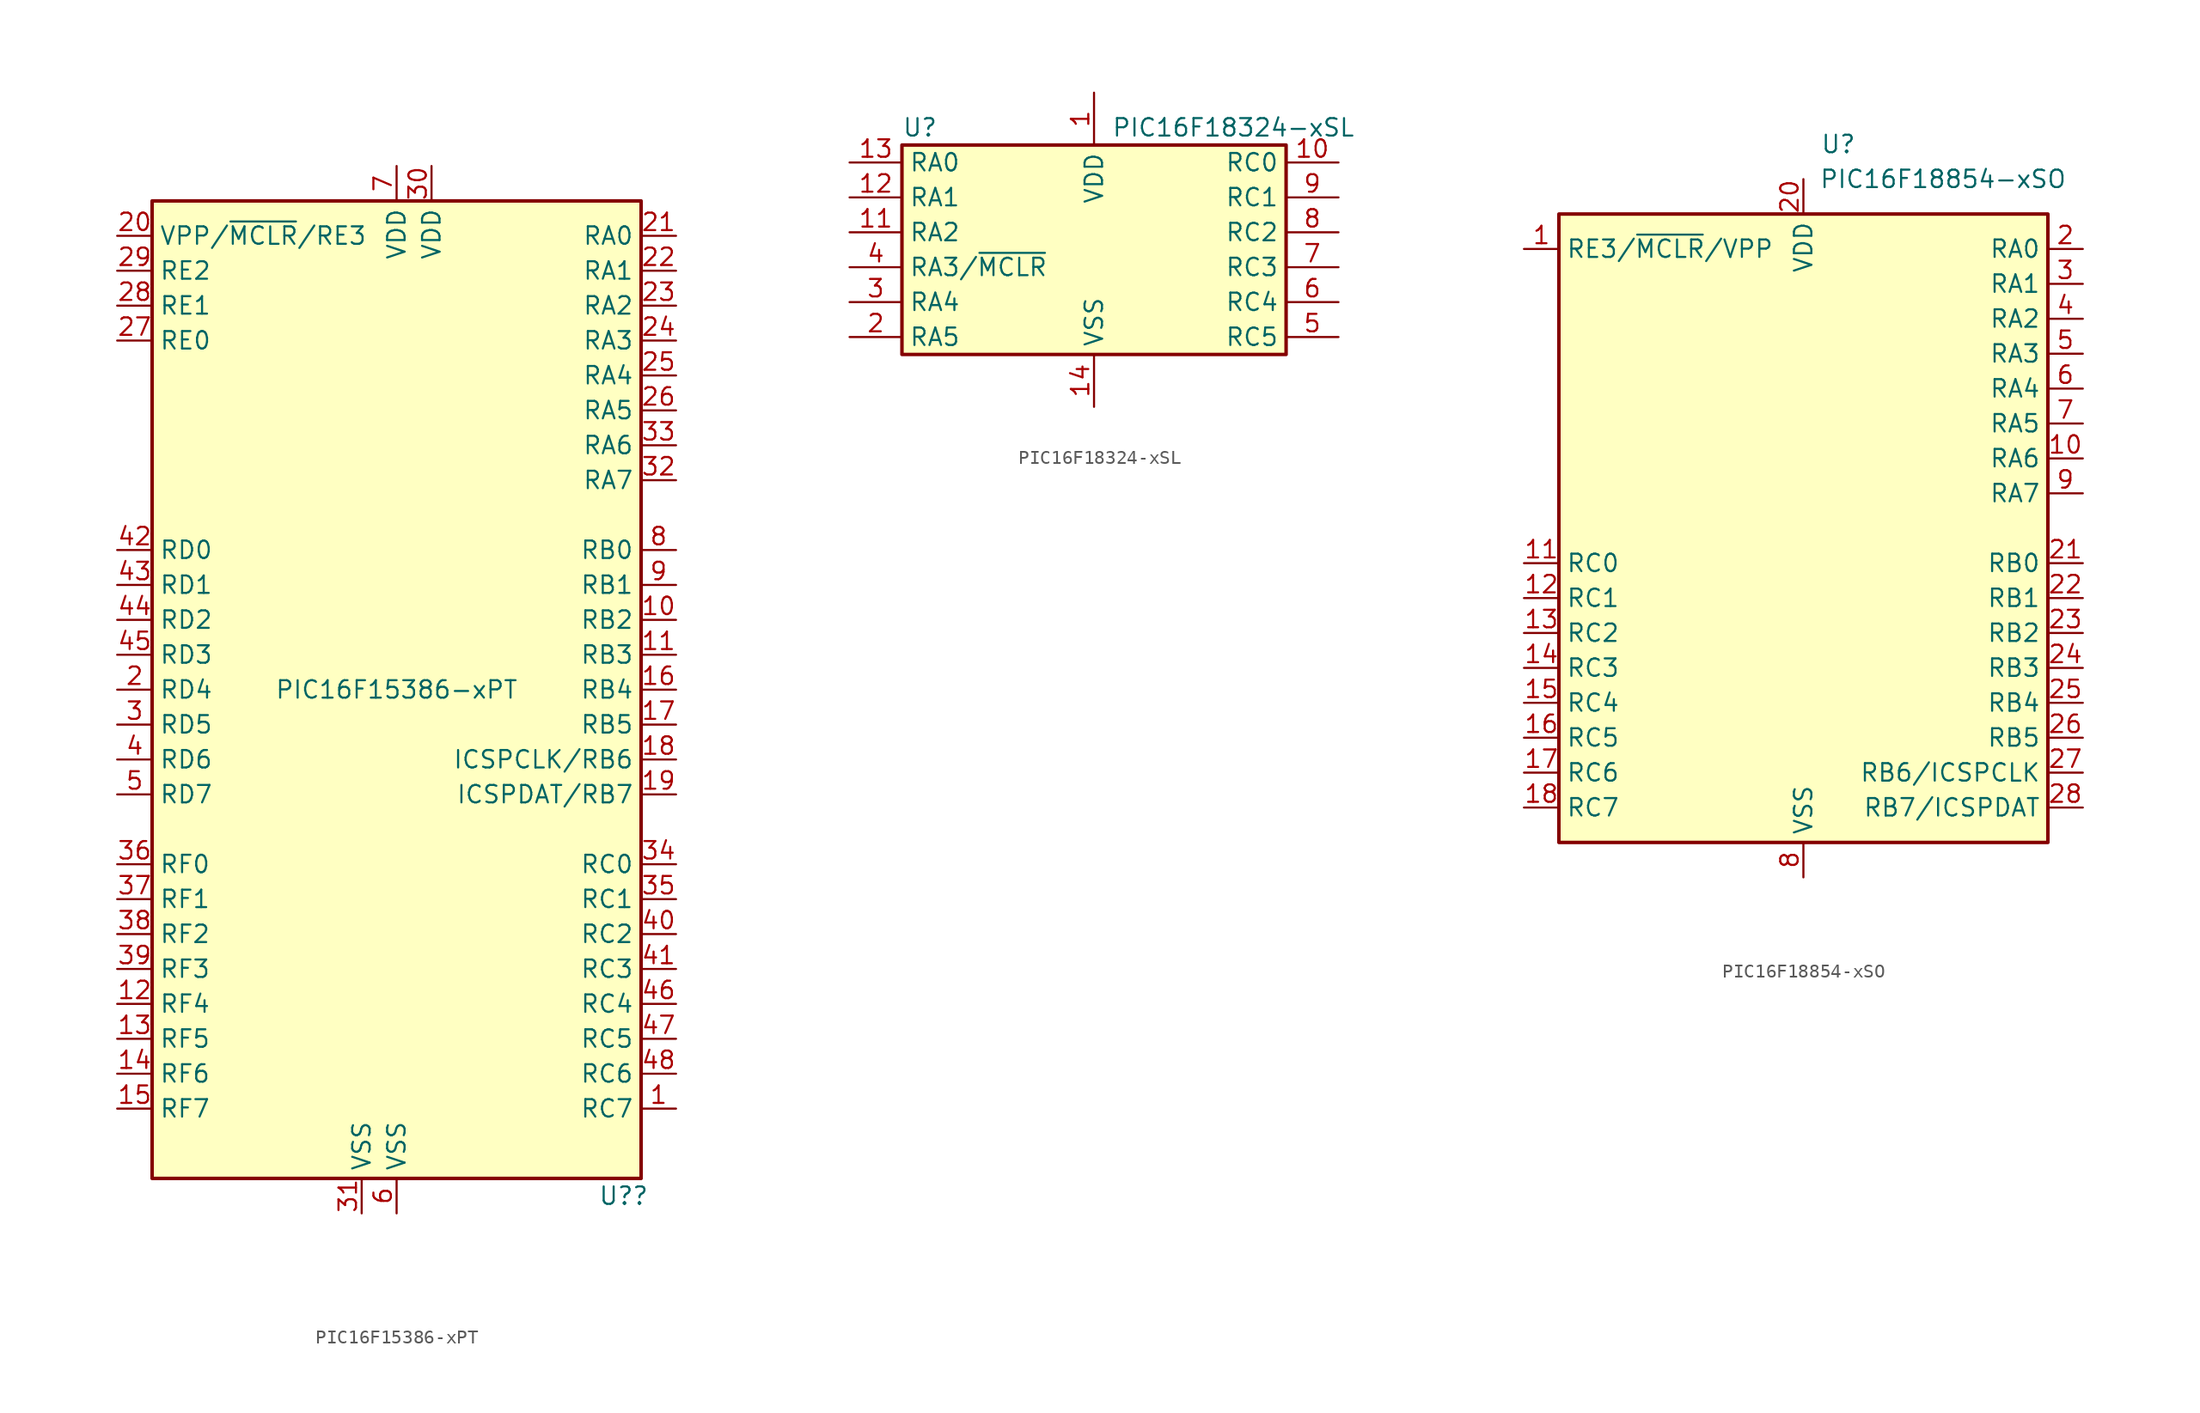
<source format=kicad_sym>
(kicad_symbol_lib
  (version 20201005)
  (generator kicad_symbol_editor)
  (symbol "PIC16F15386-xPT"
    (property "Reference" "U?"
      (at 16.51 -36.83 0)
      (effects (font (size 1.27 1.27))))
    (property "Value" "PIC16F15386-xPT"
      (at 0 0 0)
      (effects (font (size 1.27 1.27))))
    (symbol "PIC16F15386-xPT_0_0"
      (pin bidirectional line (at -20.32 -2.54 0) (length 2.54) (name "RD5" (effects (font (size 1.27 1.27)))) (number "3" (effects (font (size 1.27 1.27)))))
      (pin bidirectional line (at -20.32 -5.08 0) (length 2.54) (name "RD6" (effects (font (size 1.27 1.27)))) (number "4" (effects (font (size 1.27 1.27))))))
    (symbol "PIC16F15386-xPT_0_1"
      (rectangle (start -17.78 35.56) (end 17.78 -35.56) (stroke (width 0.254)) (fill (type background))))
    (symbol "PIC16F15386-xPT_1_1"
      (pin bidirectional line (at 20.32 -30.48 180) (length 2.54) (name "RC7" (effects (font (size 1.27 1.27)))) (number "1" (effects (font (size 1.27 1.27)))))
      (pin bidirectional line (at 20.32 5.08 180) (length 2.54) (name "RB2" (effects (font (size 1.27 1.27)))) (number "10" (effects (font (size 1.27 1.27)))))
      (pin bidirectional line (at 20.32 2.54 180) (length 2.54) (name "RB3" (effects (font (size 1.27 1.27)))) (number "11" (effects (font (size 1.27 1.27)))))
      (pin bidirectional line (at -20.32 -22.86 0) (length 2.54) (name "RF4" (effects (font (size 1.27 1.27)))) (number "12" (effects (font (size 1.27 1.27)))))
      (pin bidirectional line (at -20.32 -25.4 0) (length 2.54) (name "RF5" (effects (font (size 1.27 1.27)))) (number "13" (effects (font (size 1.27 1.27)))))
      (pin bidirectional line (at -20.32 -27.94 0) (length 2.54) (name "RF6" (effects (font (size 1.27 1.27)))) (number "14" (effects (font (size 1.27 1.27)))))
      (pin bidirectional line (at -20.32 -30.48 0) (length 2.54) (name "RF7" (effects (font (size 1.27 1.27)))) (number "15" (effects (font (size 1.27 1.27)))))
      (pin bidirectional line (at 20.32 0 180) (length 2.54) (name "RB4" (effects (font (size 1.27 1.27)))) (number "16" (effects (font (size 1.27 1.27)))))
      (pin bidirectional line (at 20.32 -2.54 180) (length 2.54) (name "RB5" (effects (font (size 1.27 1.27)))) (number "17" (effects (font (size 1.27 1.27)))))
      (pin bidirectional line (at 20.32 -5.08 180) (length 2.54) (name "ICSPCLK/RB6" (effects (font (size 1.27 1.27)))) (number "18" (effects (font (size 1.27 1.27)))))
      (pin bidirectional line (at 20.32 -7.62 180) (length 2.54) (name "ICSPDAT/RB7" (effects (font (size 1.27 1.27)))) (number "19" (effects (font (size 1.27 1.27)))))
      (pin bidirectional line (at -20.32 0 0) (length 2.54) (name "RD4" (effects (font (size 1.27 1.27)))) (number "2" (effects (font (size 1.27 1.27)))))
      (pin bidirectional line (at -20.32 33.02 0) (length 2.54) (name "VPP/~MCLR~/RE3" (effects (font (size 1.27 1.27)))) (number "20" (effects (font (size 1.27 1.27)))))
      (pin bidirectional line (at 20.32 33.02 180) (length 2.54) (name "RA0" (effects (font (size 1.27 1.27)))) (number "21" (effects (font (size 1.27 1.27)))))
      (pin bidirectional line (at 20.32 30.48 180) (length 2.54) (name "RA1" (effects (font (size 1.27 1.27)))) (number "22" (effects (font (size 1.27 1.27)))))
      (pin bidirectional line (at 20.32 27.94 180) (length 2.54) (name "RA2" (effects (font (size 1.27 1.27)))) (number "23" (effects (font (size 1.27 1.27)))))
      (pin bidirectional line (at 20.32 25.4 180) (length 2.54) (name "RA3" (effects (font (size 1.27 1.27)))) (number "24" (effects (font (size 1.27 1.27)))))
      (pin bidirectional line (at 20.32 22.86 180) (length 2.54) (name "RA4" (effects (font (size 1.27 1.27)))) (number "25" (effects (font (size 1.27 1.27)))))
      (pin bidirectional line (at 20.32 20.32 180) (length 2.54) (name "RA5" (effects (font (size 1.27 1.27)))) (number "26" (effects (font (size 1.27 1.27)))))
      (pin bidirectional line (at -20.32 25.4 0) (length 2.54) (name "RE0" (effects (font (size 1.27 1.27)))) (number "27" (effects (font (size 1.27 1.27)))))
      (pin bidirectional line (at -20.32 27.94 0) (length 2.54) (name "RE1" (effects (font (size 1.27 1.27)))) (number "28" (effects (font (size 1.27 1.27)))))
      (pin bidirectional line (at -20.32 30.48 0) (length 2.54) (name "RE2" (effects (font (size 1.27 1.27)))) (number "29" (effects (font (size 1.27 1.27)))))
      (pin power_in line (at 2.54 38.1 270) (length 2.54) (name "VDD" (effects (font (size 1.27 1.27)))) (number "30" (effects (font (size 1.27 1.27)))))
      (pin power_in line (at -2.54 -38.1 90) (length 2.54) (name "VSS" (effects (font (size 1.27 1.27)))) (number "31" (effects (font (size 1.27 1.27)))))
      (pin bidirectional line (at 20.32 15.24 180) (length 2.54) (name "RA7" (effects (font (size 1.27 1.27)))) (number "32" (effects (font (size 1.27 1.27)))))
      (pin bidirectional line (at 20.32 17.78 180) (length 2.54) (name "RA6" (effects (font (size 1.27 1.27)))) (number "33" (effects (font (size 1.27 1.27)))))
      (pin bidirectional line (at 20.32 -12.7 180) (length 2.54) (name "RC0" (effects (font (size 1.27 1.27)))) (number "34" (effects (font (size 1.27 1.27)))))
      (pin bidirectional line (at 20.32 -15.24 180) (length 2.54) (name "RC1" (effects (font (size 1.27 1.27)))) (number "35" (effects (font (size 1.27 1.27)))))
      (pin bidirectional line (at -20.32 -12.7 0) (length 2.54) (name "RF0" (effects (font (size 1.27 1.27)))) (number "36" (effects (font (size 1.27 1.27)))))
      (pin bidirectional line (at -20.32 -15.24 0) (length 2.54) (name "RF1" (effects (font (size 1.27 1.27)))) (number "37" (effects (font (size 1.27 1.27)))))
      (pin bidirectional line (at -20.32 -17.78 0) (length 2.54) (name "RF2" (effects (font (size 1.27 1.27)))) (number "38" (effects (font (size 1.27 1.27)))))
      (pin bidirectional line (at -20.32 -20.32 0) (length 2.54) (name "RF3" (effects (font (size 1.27 1.27)))) (number "39" (effects (font (size 1.27 1.27)))))
      (pin bidirectional line (at 20.32 -17.78 180) (length 2.54) (name "RC2" (effects (font (size 1.27 1.27)))) (number "40" (effects (font (size 1.27 1.27)))))
      (pin bidirectional line (at 20.32 -20.32 180) (length 2.54) (name "RC3" (effects (font (size 1.27 1.27)))) (number "41" (effects (font (size 1.27 1.27)))))
      (pin bidirectional line (at -20.32 10.16 0) (length 2.54) (name "RD0" (effects (font (size 1.27 1.27)))) (number "42" (effects (font (size 1.27 1.27)))))
      (pin bidirectional line (at -20.32 7.62 0) (length 2.54) (name "RD1" (effects (font (size 1.27 1.27)))) (number "43" (effects (font (size 1.27 1.27)))))
      (pin bidirectional line (at -20.32 5.08 0) (length 2.54) (name "RD2" (effects (font (size 1.27 1.27)))) (number "44" (effects (font (size 1.27 1.27)))))
      (pin bidirectional line (at -20.32 2.54 0) (length 2.54) (name "RD3" (effects (font (size 1.27 1.27)))) (number "45" (effects (font (size 1.27 1.27)))))
      (pin bidirectional line (at 20.32 -22.86 180) (length 2.54) (name "RC4" (effects (font (size 1.27 1.27)))) (number "46" (effects (font (size 1.27 1.27)))))
      (pin bidirectional line (at 20.32 -25.4 180) (length 2.54) (name "RC5" (effects (font (size 1.27 1.27)))) (number "47" (effects (font (size 1.27 1.27)))))
      (pin bidirectional line (at 20.32 -27.94 180) (length 2.54) (name "RC6" (effects (font (size 1.27 1.27)))) (number "48" (effects (font (size 1.27 1.27)))))
      (pin bidirectional line (at -20.32 -7.62 0) (length 2.54) (name "RD7" (effects (font (size 1.27 1.27)))) (number "5" (effects (font (size 1.27 1.27)))))
      (pin power_in line (at 0 -38.1 90) (length 2.54) (name "VSS" (effects (font (size 1.27 1.27)))) (number "6" (effects (font (size 1.27 1.27)))))
      (pin power_in line (at 0 38.1 270) (length 2.54) (name "VDD" (effects (font (size 1.27 1.27)))) (number "7" (effects (font (size 1.27 1.27)))))
      (pin bidirectional line (at 20.32 10.16 180) (length 2.54) (name "RB0" (effects (font (size 1.27 1.27)))) (number "8" (effects (font (size 1.27 1.27)))))
      (pin bidirectional line (at 20.32 7.62 180) (length 2.54) (name "RB1" (effects (font (size 1.27 1.27)))) (number "9" (effects (font (size 1.27 1.27)))))))
  (symbol "PIC16F18324-xSL"
    (property "Reference" "U"
      (at -13.97 10.16 0)
      (effects (font (size 1.27 1.27)) (justify left)))
    (property "Value" "PIC16F18324-xSL"
      (at 1.27 10.16 0)
      (effects (font (size 1.27 1.27)) (justify left)))
    (symbol "PIC16F18324-xSL_1_1"
      (rectangle (start -13.97 8.89) (end 13.97 -6.35) (stroke (width 0.254)) (fill (type background)))
      (pin power_in line (at 0 12.7 270) (length 3.81) (name "VDD" (effects (font (size 1.27 1.27)))) (number "1" (effects (font (size 1.27 1.27)))))
      (pin bidirectional line (at 17.78 7.62 180) (length 3.81) (name "RC0" (effects (font (size 1.27 1.27)))) (number "10" (effects (font (size 1.27 1.27)))))
      (pin bidirectional line (at -17.78 2.54 0) (length 3.81) (name "RA2" (effects (font (size 1.27 1.27)))) (number "11" (effects (font (size 1.27 1.27)))))
      (pin bidirectional line (at -17.78 5.08 0) (length 3.81) (name "RA1" (effects (font (size 1.27 1.27)))) (number "12" (effects (font (size 1.27 1.27)))))
      (pin bidirectional line (at -17.78 7.62 0) (length 3.81) (name "RA0" (effects (font (size 1.27 1.27)))) (number "13" (effects (font (size 1.27 1.27)))))
      (pin power_in line (at 0 -10.16 90) (length 3.81) (name "VSS" (effects (font (size 1.27 1.27)))) (number "14" (effects (font (size 1.27 1.27)))))
      (pin bidirectional line (at -17.78 -5.08 0) (length 3.81) (name "RA5" (effects (font (size 1.27 1.27)))) (number "2" (effects (font (size 1.27 1.27)))))
      (pin bidirectional line (at -17.78 -2.54 0) (length 3.81) (name "RA4" (effects (font (size 1.27 1.27)))) (number "3" (effects (font (size 1.27 1.27)))))
      (pin bidirectional line (at -17.78 0 0) (length 3.81) (name "RA3/~MCLR~" (effects (font (size 1.27 1.27)))) (number "4" (effects (font (size 1.27 1.27)))))
      (pin bidirectional line (at 17.78 -5.08 180) (length 3.81) (name "RC5" (effects (font (size 1.27 1.27)))) (number "5" (effects (font (size 1.27 1.27)))))
      (pin bidirectional line (at 17.78 -2.54 180) (length 3.81) (name "RC4" (effects (font (size 1.27 1.27)))) (number "6" (effects (font (size 1.27 1.27)))))
      (pin bidirectional line (at 17.78 0 180) (length 3.81) (name "RC3" (effects (font (size 1.27 1.27)))) (number "7" (effects (font (size 1.27 1.27)))))
      (pin bidirectional line (at 17.78 2.54 180) (length 3.81) (name "RC2" (effects (font (size 1.27 1.27)))) (number "8" (effects (font (size 1.27 1.27)))))
      (pin bidirectional line (at 17.78 5.08 180) (length 3.81) (name "RC1" (effects (font (size 1.27 1.27)))) (number "9" (effects (font (size 1.27 1.27)))))))
  (symbol "PIC16F18854-xSO"
    (property "Reference" "U"
      (at 2.54 27.94 0)
      (effects (font (size 1.27 1.27))))
    (property "Value" "PIC16F18854-xSO"
      (at 10.16 25.4 0)
      (effects (font (size 1.27 1.27))))
    (symbol "PIC16F18854-xSO_0_0"
      (pin passive line (at 0 -25.4 90) (length 2.54) hide (name "VSS" (effects (font (size 1.27 1.27)))) (number "19" (effects (font (size 1.27 1.27))))))
    (symbol "PIC16F18854-xSO_0_1"
      (rectangle (start -17.78 22.86) (end 17.78 -22.86) (stroke (width 0.254)) (fill (type background))))
    (symbol "PIC16F18854-xSO_1_1"
      (pin input line (at -20.32 20.32 0) (length 2.54) (name "RE3/~MCLR~/VPP" (effects (font (size 1.27 1.27)))) (number "1" (effects (font (size 1.27 1.27)))))
      (pin bidirectional line (at 20.32 5.08 180) (length 2.54) (name "RA6" (effects (font (size 1.27 1.27)))) (number "10" (effects (font (size 1.27 1.27)))))
      (pin bidirectional line (at -20.32 -2.54 0) (length 2.54) (name "RC0" (effects (font (size 1.27 1.27)))) (number "11" (effects (font (size 1.27 1.27)))))
      (pin bidirectional line (at -20.32 -5.08 0) (length 2.54) (name "RC1" (effects (font (size 1.27 1.27)))) (number "12" (effects (font (size 1.27 1.27)))))
      (pin bidirectional line (at -20.32 -7.62 0) (length 2.54) (name "RC2" (effects (font (size 1.27 1.27)))) (number "13" (effects (font (size 1.27 1.27)))))
      (pin bidirectional line (at -20.32 -10.16 0) (length 2.54) (name "RC3" (effects (font (size 1.27 1.27)))) (number "14" (effects (font (size 1.27 1.27)))))
      (pin bidirectional line (at -20.32 -12.7 0) (length 2.54) (name "RC4" (effects (font (size 1.27 1.27)))) (number "15" (effects (font (size 1.27 1.27)))))
      (pin bidirectional line (at -20.32 -15.24 0) (length 2.54) (name "RC5" (effects (font (size 1.27 1.27)))) (number "16" (effects (font (size 1.27 1.27)))))
      (pin bidirectional line (at -20.32 -17.78 0) (length 2.54) (name "RC6" (effects (font (size 1.27 1.27)))) (number "17" (effects (font (size 1.27 1.27)))))
      (pin bidirectional line (at -20.32 -20.32 0) (length 2.54) (name "RC7" (effects (font (size 1.27 1.27)))) (number "18" (effects (font (size 1.27 1.27)))))
      (pin bidirectional line (at 20.32 20.32 180) (length 2.54) (name "RA0" (effects (font (size 1.27 1.27)))) (number "2" (effects (font (size 1.27 1.27)))))
      (pin power_in line (at 0 25.4 270) (length 2.54) (name "VDD" (effects (font (size 1.27 1.27)))) (number "20" (effects (font (size 1.27 1.27)))))
      (pin bidirectional line (at 20.32 -2.54 180) (length 2.54) (name "RB0" (effects (font (size 1.27 1.27)))) (number "21" (effects (font (size 1.27 1.27)))))
      (pin bidirectional line (at 20.32 -5.08 180) (length 2.54) (name "RB1" (effects (font (size 1.27 1.27)))) (number "22" (effects (font (size 1.27 1.27)))))
      (pin bidirectional line (at 20.32 -7.62 180) (length 2.54) (name "RB2" (effects (font (size 1.27 1.27)))) (number "23" (effects (font (size 1.27 1.27)))))
      (pin bidirectional line (at 20.32 -10.16 180) (length 2.54) (name "RB3" (effects (font (size 1.27 1.27)))) (number "24" (effects (font (size 1.27 1.27)))))
      (pin bidirectional line (at 20.32 -12.7 180) (length 2.54) (name "RB4" (effects (font (size 1.27 1.27)))) (number "25" (effects (font (size 1.27 1.27)))))
      (pin bidirectional line (at 20.32 -15.24 180) (length 2.54) (name "RB5" (effects (font (size 1.27 1.27)))) (number "26" (effects (font (size 1.27 1.27)))))
      (pin bidirectional line (at 20.32 -17.78 180) (length 2.54) (name "RB6/ICSPCLK" (effects (font (size 1.27 1.27)))) (number "27" (effects (font (size 1.27 1.27)))))
      (pin bidirectional line (at 20.32 -20.32 180) (length 2.54) (name "RB7/ICSPDAT" (effects (font (size 1.27 1.27)))) (number "28" (effects (font (size 1.27 1.27)))))
      (pin bidirectional line (at 20.32 17.78 180) (length 2.54) (name "RA1" (effects (font (size 1.27 1.27)))) (number "3" (effects (font (size 1.27 1.27)))))
      (pin bidirectional line (at 20.32 15.24 180) (length 2.54) (name "RA2" (effects (font (size 1.27 1.27)))) (number "4" (effects (font (size 1.27 1.27)))))
      (pin bidirectional line (at 20.32 12.7 180) (length 2.54) (name "RA3" (effects (font (size 1.27 1.27)))) (number "5" (effects (font (size 1.27 1.27)))))
      (pin bidirectional line (at 20.32 10.16 180) (length 2.54) (name "RA4" (effects (font (size 1.27 1.27)))) (number "6" (effects (font (size 1.27 1.27)))))
      (pin bidirectional line (at 20.32 7.62 180) (length 2.54) (name "RA5" (effects (font (size 1.27 1.27)))) (number "7" (effects (font (size 1.27 1.27)))))
      (pin power_in line (at 0 -25.4 90) (length 2.54) (name "VSS" (effects (font (size 1.27 1.27)))) (number "8" (effects (font (size 1.27 1.27)))))
      (pin bidirectional line (at 20.32 2.54 180) (length 2.54) (name "RA7" (effects (font (size 1.27 1.27)))) (number "9" (effects (font (size 1.27 1.27))))))))
</source>
